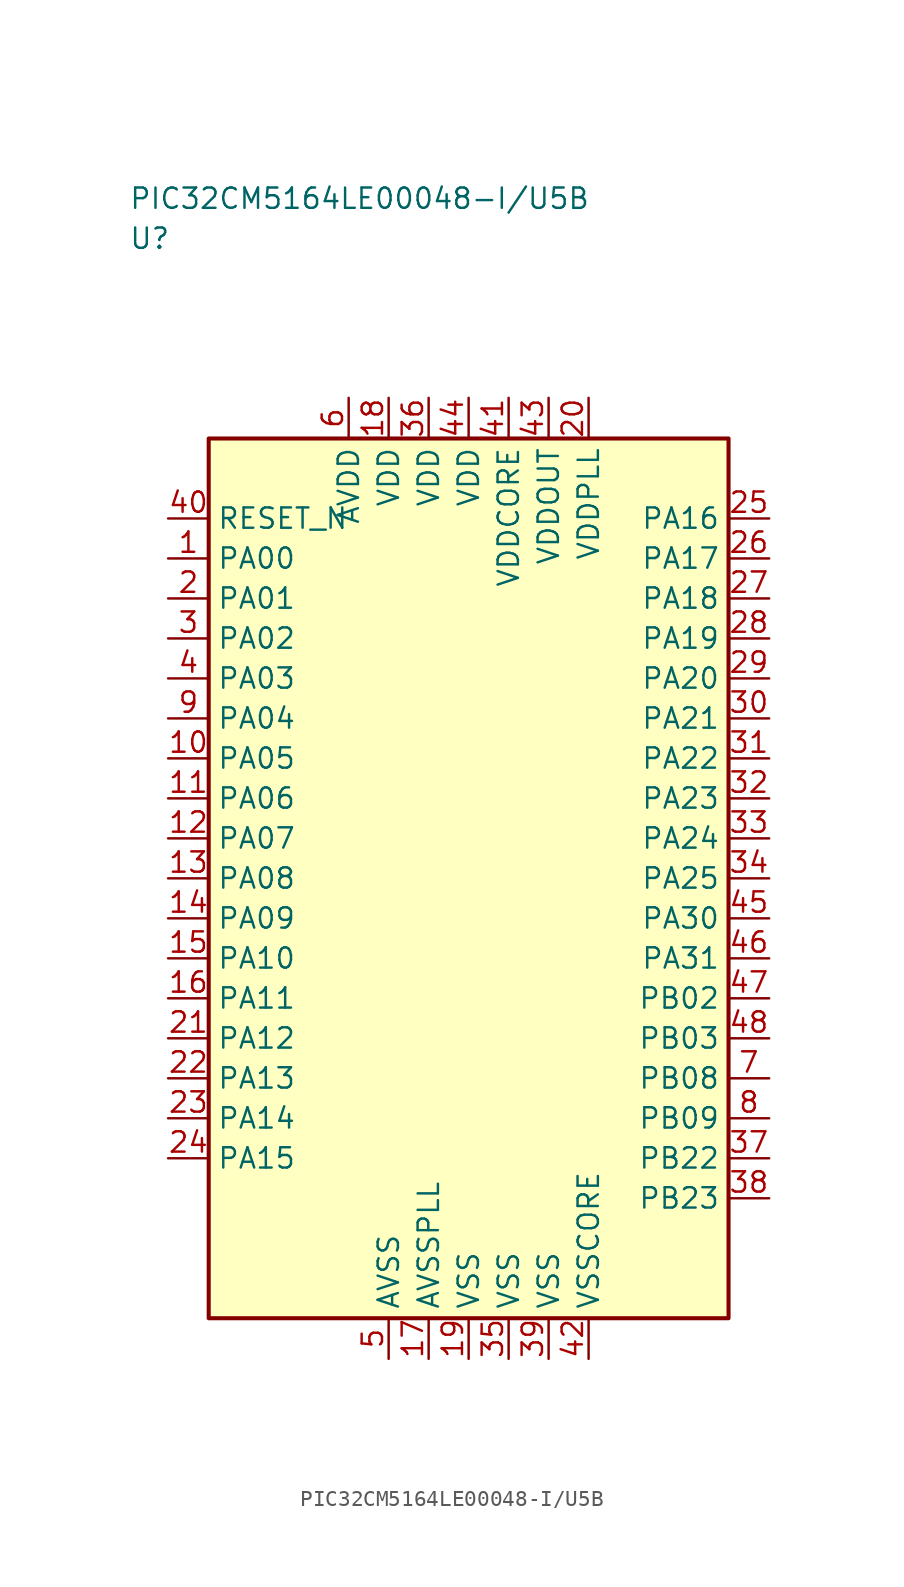
<source format=kicad_sym>
(kicad_symbol_lib
  (version 20241025)
  (generator "kicad_symbol_editor")
  (generator_version "8.0")
  (symbol "PIC32CM5164LE00048-I/U5B"
    (property "Reference" "U"
      (at -21.25 40.0 0)
      (effects (font (size 1.27 1.27)) (justify left)))
    (property "Value" "PIC32CM5164LE00048-I/U5B"
      (at -21.25 42.5 0)
      (effects (font (size 1.27 1.27)) (justify left)))
    (symbol "PIC32CM5164LE00048-I/U5B_0_1"
      (rectangle (start -16.25 27.5) (end 16.25 -27.5) (stroke (width 0.254) (type default)) (fill (type background))))
    (symbol "PIC32CM5164LE00048-I/U5B_1_1"
      (pin bidirectional line (at -18.79 20.0 0.0) (length 2.54) (name "PA00" (effects (font (size 1.27 1.27)))) (number "1" (effects (font (size 1.27 1.27)))))
      (pin bidirectional line (at -18.79 17.5 0.0) (length 2.54) (name "PA01" (effects (font (size 1.27 1.27)))) (number "2" (effects (font (size 1.27 1.27)))))
      (pin bidirectional line (at -18.79 15.0 0.0) (length 2.54) (name "PA02" (effects (font (size 1.27 1.27)))) (number "3" (effects (font (size 1.27 1.27)))))
      (pin bidirectional line (at -18.79 12.5 0.0) (length 2.54) (name "PA03" (effects (font (size 1.27 1.27)))) (number "4" (effects (font (size 1.27 1.27)))))
      (pin passive line (at -5.0 -30.04 90.0) (length 2.54) (name "AVSS" (effects (font (size 1.27 1.27)))) (number "5" (effects (font (size 1.27 1.27)))))
      (pin power_in line (at -7.5 30.04 270.0) (length 2.54) (name "AVDD" (effects (font (size 1.27 1.27)))) (number "6" (effects (font (size 1.27 1.27)))))
      (pin bidirectional line (at 18.79 -12.5 180.0) (length 2.54) (name "PB08" (effects (font (size 1.27 1.27)))) (number "7" (effects (font (size 1.27 1.27)))))
      (pin bidirectional line (at 18.79 -15.0 180.0) (length 2.54) (name "PB09" (effects (font (size 1.27 1.27)))) (number "8" (effects (font (size 1.27 1.27)))))
      (pin bidirectional line (at -18.79 10.0 0.0) (length 2.54) (name "PA04" (effects (font (size 1.27 1.27)))) (number "9" (effects (font (size 1.27 1.27)))))
      (pin bidirectional line (at -18.79 7.5 0.0) (length 2.54) (name "PA05" (effects (font (size 1.27 1.27)))) (number "10" (effects (font (size 1.27 1.27)))))
      (pin bidirectional line (at -18.79 5.0 0.0) (length 2.54) (name "PA06" (effects (font (size 1.27 1.27)))) (number "11" (effects (font (size 1.27 1.27)))))
      (pin bidirectional line (at -18.79 2.5 0.0) (length 2.54) (name "PA07" (effects (font (size 1.27 1.27)))) (number "12" (effects (font (size 1.27 1.27)))))
      (pin bidirectional line (at -18.79 0.0 0.0) (length 2.54) (name "PA08" (effects (font (size 1.27 1.27)))) (number "13" (effects (font (size 1.27 1.27)))))
      (pin bidirectional line (at -18.79 -2.5 0.0) (length 2.54) (name "PA09" (effects (font (size 1.27 1.27)))) (number "14" (effects (font (size 1.27 1.27)))))
      (pin bidirectional line (at -18.79 -5.0 0.0) (length 2.54) (name "PA10" (effects (font (size 1.27 1.27)))) (number "15" (effects (font (size 1.27 1.27)))))
      (pin bidirectional line (at -18.79 -7.5 0.0) (length 2.54) (name "PA11" (effects (font (size 1.27 1.27)))) (number "16" (effects (font (size 1.27 1.27)))))
      (pin passive line (at -2.5 -30.04 90.0) (length 2.54) (name "AVSSPLL" (effects (font (size 1.27 1.27)))) (number "17" (effects (font (size 1.27 1.27)))))
      (pin power_in line (at -5.0 30.04 270.0) (length 2.54) (name "VDD" (effects (font (size 1.27 1.27)))) (number "18" (effects (font (size 1.27 1.27)))))
      (pin passive line (at 0.0 -30.04 90.0) (length 2.54) (name "VSS" (effects (font (size 1.27 1.27)))) (number "19" (effects (font (size 1.27 1.27)))))
      (pin power_in line (at 7.5 30.04 270.0) (length 2.54) (name "VDDPLL" (effects (font (size 1.27 1.27)))) (number "20" (effects (font (size 1.27 1.27)))))
      (pin bidirectional line (at -18.79 -10.0 0.0) (length 2.54) (name "PA12" (effects (font (size 1.27 1.27)))) (number "21" (effects (font (size 1.27 1.27)))))
      (pin bidirectional line (at -18.79 -12.5 0.0) (length 2.54) (name "PA13" (effects (font (size 1.27 1.27)))) (number "22" (effects (font (size 1.27 1.27)))))
      (pin bidirectional line (at -18.79 -15.0 0.0) (length 2.54) (name "PA14" (effects (font (size 1.27 1.27)))) (number "23" (effects (font (size 1.27 1.27)))))
      (pin bidirectional line (at -18.79 -17.5 0.0) (length 2.54) (name "PA15" (effects (font (size 1.27 1.27)))) (number "24" (effects (font (size 1.27 1.27)))))
      (pin bidirectional line (at 18.79 22.5 180.0) (length 2.54) (name "PA16" (effects (font (size 1.27 1.27)))) (number "25" (effects (font (size 1.27 1.27)))))
      (pin bidirectional line (at 18.79 20.0 180.0) (length 2.54) (name "PA17" (effects (font (size 1.27 1.27)))) (number "26" (effects (font (size 1.27 1.27)))))
      (pin bidirectional line (at 18.79 17.5 180.0) (length 2.54) (name "PA18" (effects (font (size 1.27 1.27)))) (number "27" (effects (font (size 1.27 1.27)))))
      (pin bidirectional line (at 18.79 15.0 180.0) (length 2.54) (name "PA19" (effects (font (size 1.27 1.27)))) (number "28" (effects (font (size 1.27 1.27)))))
      (pin bidirectional line (at 18.79 12.5 180.0) (length 2.54) (name "PA20" (effects (font (size 1.27 1.27)))) (number "29" (effects (font (size 1.27 1.27)))))
      (pin bidirectional line (at 18.79 10.0 180.0) (length 2.54) (name "PA21" (effects (font (size 1.27 1.27)))) (number "30" (effects (font (size 1.27 1.27)))))
      (pin bidirectional line (at 18.79 7.5 180.0) (length 2.54) (name "PA22" (effects (font (size 1.27 1.27)))) (number "31" (effects (font (size 1.27 1.27)))))
      (pin bidirectional line (at 18.79 5.0 180.0) (length 2.54) (name "PA23" (effects (font (size 1.27 1.27)))) (number "32" (effects (font (size 1.27 1.27)))))
      (pin bidirectional line (at 18.79 2.5 180.0) (length 2.54) (name "PA24" (effects (font (size 1.27 1.27)))) (number "33" (effects (font (size 1.27 1.27)))))
      (pin bidirectional line (at 18.79 0.0 180.0) (length 2.54) (name "PA25" (effects (font (size 1.27 1.27)))) (number "34" (effects (font (size 1.27 1.27)))))
      (pin passive line (at 2.5 -30.04 90.0) (length 2.54) (name "VSS" (effects (font (size 1.27 1.27)))) (number "35" (effects (font (size 1.27 1.27)))))
      (pin power_in line (at -2.5 30.04 270.0) (length 2.54) (name "VDD" (effects (font (size 1.27 1.27)))) (number "36" (effects (font (size 1.27 1.27)))))
      (pin bidirectional line (at 18.79 -17.5 180.0) (length 2.54) (name "PB22" (effects (font (size 1.27 1.27)))) (number "37" (effects (font (size 1.27 1.27)))))
      (pin bidirectional line (at 18.79 -20.0 180.0) (length 2.54) (name "PB23" (effects (font (size 1.27 1.27)))) (number "38" (effects (font (size 1.27 1.27)))))
      (pin passive line (at 5.0 -30.04 90.0) (length 2.54) (name "VSS" (effects (font (size 1.27 1.27)))) (number "39" (effects (font (size 1.27 1.27)))))
      (pin input line (at -18.79 22.5 0.0) (length 2.54) (name "RESET_N" (effects (font (size 1.27 1.27)))) (number "40" (effects (font (size 1.27 1.27)))))
      (pin power_in line (at 2.5 30.04 270.0) (length 2.54) (name "VDDCORE" (effects (font (size 1.27 1.27)))) (number "41" (effects (font (size 1.27 1.27)))))
      (pin passive line (at 7.5 -30.04 90.0) (length 2.54) (name "VSSCORE" (effects (font (size 1.27 1.27)))) (number "42" (effects (font (size 1.27 1.27)))))
      (pin power_in line (at 5.0 30.04 270.0) (length 2.54) (name "VDDOUT" (effects (font (size 1.27 1.27)))) (number "43" (effects (font (size 1.27 1.27)))))
      (pin power_in line (at 0.0 30.04 270.0) (length 2.54) (name "VDD" (effects (font (size 1.27 1.27)))) (number "44" (effects (font (size 1.27 1.27)))))
      (pin bidirectional line (at 18.79 -2.5 180.0) (length 2.54) (name "PA30" (effects (font (size 1.27 1.27)))) (number "45" (effects (font (size 1.27 1.27)))))
      (pin bidirectional line (at 18.79 -5.0 180.0) (length 2.54) (name "PA31" (effects (font (size 1.27 1.27)))) (number "46" (effects (font (size 1.27 1.27)))))
      (pin bidirectional line (at 18.79 -7.5 180.0) (length 2.54) (name "PB02" (effects (font (size 1.27 1.27)))) (number "47" (effects (font (size 1.27 1.27)))))
      (pin bidirectional line (at 18.79 -10.0 180.0) (length 2.54) (name "PB03" (effects (font (size 1.27 1.27)))) (number "48" (effects (font (size 1.27 1.27))))))))
</source>
